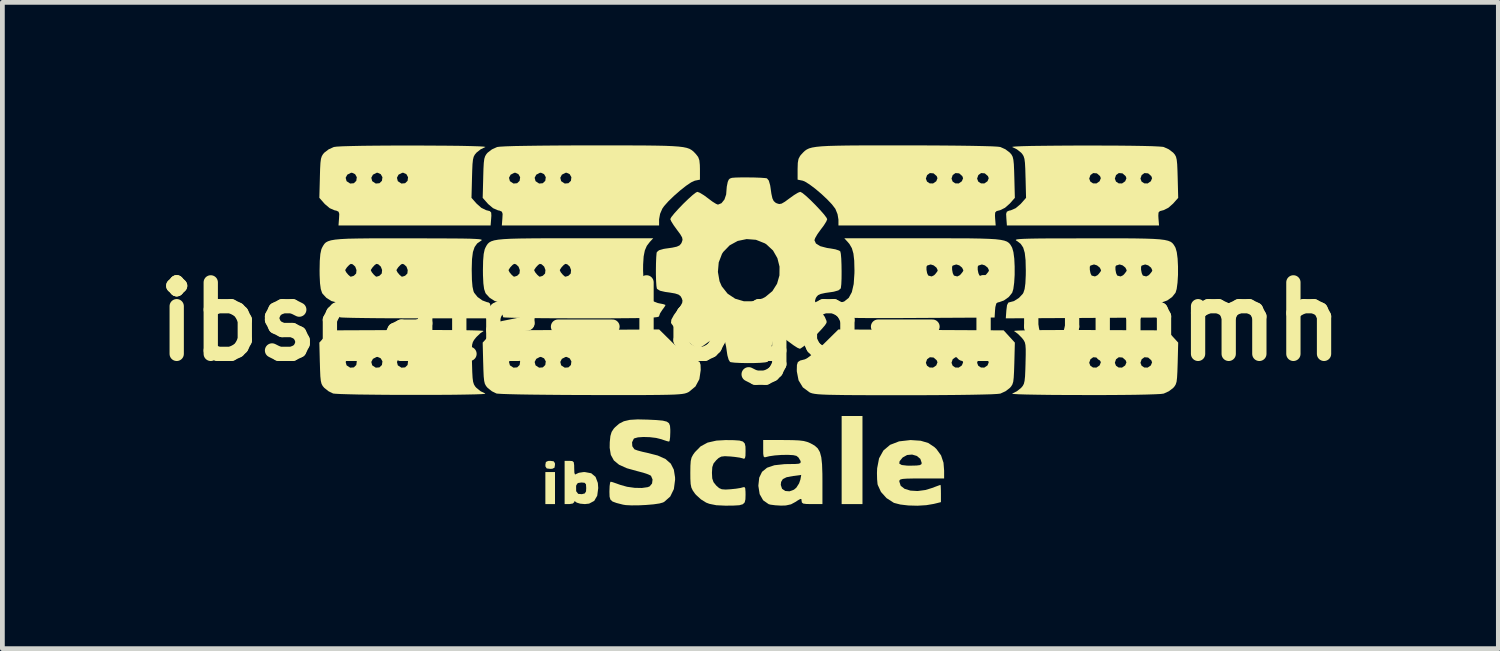
<source format=kicad_pcb>
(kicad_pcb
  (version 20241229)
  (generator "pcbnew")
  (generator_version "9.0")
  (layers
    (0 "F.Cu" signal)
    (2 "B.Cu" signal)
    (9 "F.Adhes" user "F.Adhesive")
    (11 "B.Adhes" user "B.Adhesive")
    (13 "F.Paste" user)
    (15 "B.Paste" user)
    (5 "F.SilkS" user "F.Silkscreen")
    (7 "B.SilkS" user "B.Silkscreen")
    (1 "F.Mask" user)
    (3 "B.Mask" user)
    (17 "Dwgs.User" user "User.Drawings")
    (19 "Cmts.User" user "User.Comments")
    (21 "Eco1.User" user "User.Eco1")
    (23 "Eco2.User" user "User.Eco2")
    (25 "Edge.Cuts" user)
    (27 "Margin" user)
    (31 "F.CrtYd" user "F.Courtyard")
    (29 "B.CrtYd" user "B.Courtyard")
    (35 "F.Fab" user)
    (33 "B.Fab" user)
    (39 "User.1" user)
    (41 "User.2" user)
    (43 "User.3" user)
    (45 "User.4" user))
  (footprint "ibscale-logo-10mmh"
    (layer "F.Cu")
    (at 12.693 3.696)
    (property "Reference" "ibscale-logo-10mmh" (at 0 0 0) (layer "F.SilkS") (effects (font (size 1.5 1.5) (thickness 0.3))))
    (attr board_only exclude_from_pos_files exclude_from_bom)
    (fp_poly (pts (xy -4.099 3.494) (xy -4.099 3.83) (xy -4.2 3.83) (xy -4.301 3.83) (xy -4.301 3.494) (xy -4.301 3.158) (xy -4.2 3.158) (xy -4.099 3.158)) (stroke (width 0) (type solid)) (fill yes) (layer "F.SilkS"))
    (fp_poly (pts (xy 2.352 2.906) (xy 2.352 3.83) (xy 2.133 3.83) (xy 1.915 3.83) (xy 1.915 2.906) (xy 1.915 1.982) (xy 2.133 1.982) (xy 2.352 1.982)) (stroke (width 0) (type solid)) (fill yes) (layer "F.SilkS"))
    (fp_poly (pts (xy -4.128 2.932) (xy -4.101 2.97) (xy -4.099 3.007) (xy -4.11 3.067) (xy -4.156 3.089) (xy -4.2 3.091) (xy -4.272 3.082) (xy -4.298 3.044) (xy -4.301 3.007) (xy -4.29 2.947) (xy -4.244 2.925) (xy -4.2 2.923)) (stroke (width 0) (type solid)) (fill yes) (layer "F.SilkS"))
    (fp_poly (pts (xy -3.736 2.927) (xy -3.706 2.951) (xy -3.697 3.013) (xy -3.696 3.081) (xy -3.692 3.174) (xy -3.679 3.21) (xy -3.655 3.199) (xy -3.598 3.173) (xy -3.505 3.159) (xy -3.473 3.158) (xy -3.339 3.183) (xy -3.248 3.259) (xy -3.2 3.386) (xy -3.192 3.494) (xy -3.213 3.654) (xy -3.276 3.763) (xy -3.383 3.82) (xy -3.473 3.83) (xy -3.571 3.821) (xy -3.643 3.799) (xy -3.655 3.79) (xy -3.689 3.766) (xy -3.696 3.79) (xy -3.725 3.818) (xy -3.796 3.83) (xy -3.797 3.83) (xy -3.897 3.83) (xy -3.897 3.455) (xy -3.656 3.455) (xy -3.655 3.56) (xy -3.613 3.615) (xy -3.536 3.622) (xy -3.474 3.606) (xy -3.448 3.564) (xy -3.444 3.494) (xy -3.449 3.415) (xy -3.478 3.383) (xy -3.545 3.377) (xy -3.62 3.388) (xy -3.652 3.433) (xy -3.656 3.455) (xy -3.897 3.455) (xy -3.897 3.377) (xy -3.897 2.923) (xy -3.797 2.923)) (stroke (width 0) (type solid)) (fill yes) (layer "F.SilkS"))
    (fp_poly (pts (xy -0.347 2.489) (xy -0.229 2.497) (xy -0.156 2.518) (xy -0.118 2.558) (xy -0.103 2.622) (xy -0.101 2.712) (xy -0.103 2.817) (xy -0.114 2.868) (xy -0.137 2.879) (xy -0.16 2.871) (xy -0.224 2.855) (xy -0.329 2.84) (xy -0.42 2.831) (xy -0.537 2.825) (xy -0.611 2.834) (xy -0.667 2.864) (xy -0.714 2.907) (xy -0.772 2.977) (xy -0.799 3.055) (xy -0.806 3.169) (xy -0.806 3.175) (xy -0.8 3.291) (xy -0.773 3.37) (xy -0.717 3.44) (xy -0.714 3.443) (xy -0.656 3.494) (xy -0.599 3.519) (xy -0.519 3.525) (xy -0.42 3.519) (xy -0.301 3.507) (xy -0.204 3.491) (xy -0.16 3.479) (xy -0.126 3.472) (xy -0.108 3.497) (xy -0.102 3.569) (xy -0.101 3.638) (xy -0.104 3.731) (xy -0.119 3.794) (xy -0.158 3.833) (xy -0.232 3.854) (xy -0.352 3.861) (xy -0.521 3.863) (xy -0.714 3.854) (xy -0.859 3.825) (xy -0.928 3.799) (xy -1.037 3.731) (xy -1.14 3.637) (xy -1.163 3.61) (xy -1.209 3.544) (xy -1.238 3.483) (xy -1.253 3.408) (xy -1.259 3.299) (xy -1.26 3.175) (xy -1.258 3.026) (xy -1.251 2.926) (xy -1.234 2.854) (xy -1.202 2.794) (xy -1.163 2.74) (xy -1.044 2.619) (xy -0.898 2.54) (xy -0.713 2.498) (xy -0.521 2.487)) (stroke (width 0) (type solid)) (fill yes) (layer "F.SilkS"))
    (fp_poly (pts (xy 3.574 2.501) (xy 3.732 2.548) (xy 3.861 2.634) (xy 3.904 2.675) (xy 4.001 2.809) (xy 4.052 2.962) (xy 4.065 3.127) (xy 4.065 3.293) (xy 3.595 3.293) (xy 3.409 3.293) (xy 3.279 3.296) (xy 3.196 3.302) (xy 3.15 3.313) (xy 3.129 3.33) (xy 3.125 3.355) (xy 3.125 3.357) (xy 3.154 3.446) (xy 3.236 3.51) (xy 3.358 3.547) (xy 3.508 3.556) (xy 3.675 3.534) (xy 3.805 3.494) (xy 3.902 3.458) (xy 3.97 3.433) (xy 3.99 3.427) (xy 3.994 3.457) (xy 3.997 3.536) (xy 3.998 3.608) (xy 3.998 3.789) (xy 3.849 3.826) (xy 3.689 3.853) (xy 3.504 3.864) (xy 3.315 3.859) (xy 3.146 3.839) (xy 3.017 3.806) (xy 3.006 3.801) (xy 2.856 3.704) (xy 2.74 3.575) (xy 2.673 3.429) (xy 2.668 3.409) (xy 2.659 3.31) (xy 2.656 3.179) (xy 2.66 3.078) (xy 2.679 2.98) (xy 3.124 2.98) (xy 3.175 3.01) (xy 3.287 3.023) (xy 3.36 3.024) (xy 3.485 3.021) (xy 3.557 3.012) (xy 3.589 2.992) (xy 3.595 2.968) (xy 3.566 2.881) (xy 3.493 2.82) (xy 3.394 2.791) (xy 3.289 2.8) (xy 3.197 2.851) (xy 3.192 2.856) (xy 3.131 2.93) (xy 3.124 2.98) (xy 2.679 2.98) (xy 2.7 2.87) (xy 2.791 2.706) (xy 2.931 2.587) (xy 3.12 2.514) (xy 3.356 2.487) (xy 3.369 2.487)) (stroke (width 0) (type solid)) (fill yes) (layer "F.SilkS"))
    (fp_poly (pts (xy 0.883 2.488) (xy 1.019 2.494) (xy 1.118 2.506) (xy 1.196 2.527) (xy 1.263 2.555) (xy 1.35 2.604) (xy 1.414 2.662) (xy 1.459 2.74) (xy 1.488 2.848) (xy 1.504 2.996) (xy 1.511 3.194) (xy 1.512 3.34) (xy 1.512 3.83) (xy 1.294 3.83) (xy 1.175 3.828) (xy 1.109 3.819) (xy 1.081 3.797) (xy 1.075 3.764) (xy 1.071 3.726) (xy 1.049 3.722) (xy 0.994 3.753) (xy 0.953 3.781) (xy 0.853 3.835) (xy 0.743 3.859) (xy 0.642 3.862) (xy 0.523 3.855) (xy 0.423 3.842) (xy 0.383 3.831) (xy 0.268 3.75) (xy 0.195 3.621) (xy 0.168 3.45) (xy 0.168 3.438) (xy 0.169 3.428) (xy 0.638 3.428) (xy 0.665 3.509) (xy 0.732 3.555) (xy 0.821 3.562) (xy 0.914 3.528) (xy 0.964 3.486) (xy 1.022 3.396) (xy 1.05 3.314) (xy 1.067 3.218) (xy 0.896 3.241) (xy 0.761 3.266) (xy 0.682 3.304) (xy 0.645 3.365) (xy 0.638 3.428) (xy 0.169 3.428) (xy 0.186 3.275) (xy 0.245 3.153) (xy 0.35 3.067) (xy 0.504 3.015) (xy 0.715 2.992) (xy 0.804 2.99) (xy 0.936 2.989) (xy 1.013 2.983) (xy 1.049 2.969) (xy 1.056 2.944) (xy 1.051 2.922) (xy 1.008 2.851) (xy 0.966 2.818) (xy 0.899 2.803) (xy 0.787 2.797) (xy 0.651 2.799) (xy 0.514 2.809) (xy 0.396 2.826) (xy 0.344 2.839) (xy 0.302 2.849) (xy 0.279 2.832) (xy 0.27 2.776) (xy 0.269 2.675) (xy 0.269 2.486) (xy 0.695 2.486)) (stroke (width 0) (type solid)) (fill yes) (layer "F.SilkS"))
    (fp_poly (pts (xy -2.154 2.058) (xy -1.967 2.067) (xy -1.838 2.079) (xy -1.754 2.1) (xy -1.707 2.134) (xy -1.686 2.188) (xy -1.68 2.268) (xy -1.68 2.322) (xy -1.684 2.427) (xy -1.694 2.499) (xy -1.705 2.519) (xy -1.75 2.509) (xy -1.832 2.482) (xy -1.865 2.47) (xy -1.976 2.442) (xy -2.11 2.426) (xy -2.244 2.422) (xy -2.359 2.43) (xy -2.435 2.451) (xy -2.446 2.459) (xy -2.482 2.533) (xy -2.477 2.616) (xy -2.435 2.678) (xy -2.427 2.683) (xy -2.364 2.706) (xy -2.259 2.734) (xy -2.167 2.754) (xy -1.944 2.811) (xy -1.781 2.884) (xy -1.67 2.981) (xy -1.606 3.107) (xy -1.58 3.269) (xy -1.579 3.318) (xy -1.605 3.515) (xy -1.681 3.671) (xy -1.805 3.781) (xy -1.832 3.796) (xy -1.907 3.817) (xy -2.03 3.835) (xy -2.182 3.848) (xy -2.343 3.856) (xy -2.494 3.857) (xy -2.616 3.851) (xy -2.671 3.842) (xy -2.808 3.807) (xy -2.892 3.776) (xy -2.936 3.736) (xy -2.954 3.675) (xy -2.957 3.58) (xy -2.957 3.559) (xy -2.953 3.453) (xy -2.943 3.381) (xy -2.931 3.36) (xy -2.888 3.371) (xy -2.804 3.4) (xy -2.729 3.427) (xy -2.586 3.467) (xy -2.428 3.489) (xy -2.276 3.492) (xy -2.155 3.475) (xy -2.114 3.459) (xy -2.063 3.399) (xy -2.052 3.315) (xy -2.083 3.241) (xy -2.094 3.23) (xy -2.148 3.205) (xy -2.246 3.172) (xy -2.367 3.14) (xy -2.368 3.14) (xy -2.591 3.078) (xy -2.754 3.005) (xy -2.864 2.914) (xy -2.928 2.797) (xy -2.952 2.648) (xy -2.95 2.532) (xy -2.937 2.403) (xy -2.911 2.316) (xy -2.865 2.246) (xy -2.84 2.219) (xy -2.753 2.143) (xy -2.654 2.092) (xy -2.53 2.063) (xy -2.366 2.053)) (stroke (width 0) (type solid)) (fill yes) (layer "F.SilkS"))
    (fp_poly (pts (xy 3.58 0.176) (xy 5.314 0.185) (xy 5.431 0.313) (xy 5.549 0.442) (xy 5.538 0.873) (xy 5.532 1.053) (xy 5.525 1.178) (xy 5.515 1.263) (xy 5.497 1.32) (xy 5.471 1.362) (xy 5.445 1.392) (xy 5.354 1.462) (xy 5.247 1.511) (xy 5.244 1.512) (xy 5.183 1.519) (xy 5.06 1.526) (xy 4.878 1.531) (xy 4.642 1.536) (xy 4.355 1.54) (xy 4.022 1.543) (xy 3.648 1.545) (xy 3.242 1.545) (xy 2.836 1.545) (xy 2.492 1.545) (xy 2.204 1.544) (xy 1.967 1.542) (xy 1.775 1.539) (xy 1.622 1.536) (xy 1.505 1.531) (xy 1.416 1.525) (xy 1.35 1.517) (xy 1.302 1.508) (xy 1.267 1.497) (xy 1.244 1.487) (xy 1.101 1.381) (xy 1.011 1.233) (xy 0.975 1.048) (xy 0.974 1.019) (xy 0.977 0.911) (xy 0.992 0.865) (xy 3.682 0.865) (xy 3.706 0.927) (xy 3.762 0.965) (xy 3.833 0.966) (xy 3.9 0.921) (xy 3.922 0.865) (xy 4.22 0.865) (xy 4.244 0.927) (xy 4.3 0.965) (xy 4.371 0.966) (xy 4.437 0.921) (xy 4.46 0.865) (xy 4.757 0.865) (xy 4.781 0.927) (xy 4.838 0.965) (xy 4.908 0.966) (xy 4.975 0.921) (xy 5.001 0.856) (xy 4.984 0.812) (xy 4.918 0.755) (xy 4.841 0.749) (xy 4.783 0.791) (xy 4.757 0.865) (xy 4.46 0.865) (xy 4.463 0.856) (xy 4.446 0.812) (xy 4.38 0.755) (xy 4.303 0.749) (xy 4.245 0.791) (xy 4.22 0.865) (xy 3.922 0.865) (xy 3.926 0.856) (xy 3.909 0.812) (xy 3.843 0.755) (xy 3.766 0.749) (xy 3.708 0.791) (xy 3.682 0.865) (xy 0.992 0.865) (xy 0.996 0.851) (xy 1.045 0.818) (xy 1.14 0.794) (xy 1.144 0.793) (xy 1.2 0.763) (xy 1.29 0.695) (xy 1.403 0.598) (xy 1.526 0.482) (xy 1.538 0.471) (xy 1.847 0.166)) (stroke (width 0) (type solid)) (fill yes) (layer "F.SilkS"))
    (fp_poly (pts (xy -1.605 0.471) (xy -1.481 0.588) (xy -1.367 0.687) (xy -1.274 0.758) (xy -1.214 0.793) (xy -1.211 0.793) (xy -1.115 0.818) (xy -1.064 0.849) (xy -1.045 0.908) (xy -1.042 1.014) (xy -1.042 1.019) (xy -1.07 1.209) (xy -1.152 1.362) (xy -1.287 1.474) (xy -1.311 1.487) (xy -1.34 1.499) (xy -1.377 1.51) (xy -1.428 1.519) (xy -1.497 1.526) (xy -1.59 1.532) (xy -1.713 1.536) (xy -1.872 1.539) (xy -2.07 1.541) (xy -2.315 1.543) (xy -2.612 1.543) (xy -2.965 1.543) (xy -3.326 1.542) (xy -3.68 1.541) (xy -4.016 1.539) (xy -4.328 1.536) (xy -4.609 1.533) (xy -4.853 1.529) (xy -5.054 1.524) (xy -5.204 1.519) (xy -5.299 1.513) (xy -5.327 1.51) (xy -5.423 1.463) (xy -5.511 1.393) (xy -5.512 1.392) (xy -5.546 1.352) (xy -5.57 1.307) (xy -5.585 1.245) (xy -5.595 1.151) (xy -5.601 1.014) (xy -5.605 0.873) (xy -5.606 0.848) (xy -5.064 0.848) (xy -5.045 0.918) (xy -5.042 0.921) (xy -4.969 0.968) (xy -4.893 0.962) (xy -4.841 0.912) (xy -4.832 0.848) (xy -4.526 0.848) (xy -4.507 0.918) (xy -4.504 0.921) (xy -4.432 0.968) (xy -4.355 0.962) (xy -4.303 0.912) (xy -4.294 0.848) (xy -3.988 0.848) (xy -3.97 0.918) (xy -3.967 0.921) (xy -3.894 0.968) (xy -3.817 0.962) (xy -3.765 0.912) (xy -3.755 0.836) (xy -3.791 0.772) (xy -3.856 0.742) (xy -3.879 0.744) (xy -3.955 0.783) (xy -3.988 0.848) (xy -4.294 0.848) (xy -4.292 0.836) (xy -4.328 0.772) (xy -4.393 0.742) (xy -4.417 0.744) (xy -4.492 0.783) (xy -4.526 0.848) (xy -4.832 0.848) (xy -4.83 0.836) (xy -4.866 0.772) (xy -4.931 0.742) (xy -4.954 0.744) (xy -5.03 0.783) (xy -5.064 0.848) (xy -5.606 0.848) (xy -5.616 0.442) (xy -5.498 0.313) (xy -5.381 0.185) (xy -3.647 0.176) (xy -1.914 0.166)) (stroke (width 0) (type solid)) (fill yes) (layer "F.SilkS"))
    (fp_poly (pts (xy 7.1 0.178) (xy 8.741 0.185) (xy 8.858 0.313) (xy 8.976 0.442) (xy 8.965 0.873) (xy 8.959 1.053) (xy 8.952 1.178) (xy 8.942 1.263) (xy 8.924 1.32) (xy 8.898 1.362) (xy 8.872 1.392) (xy 8.781 1.462) (xy 8.674 1.511) (xy 8.671 1.512) (xy 8.608 1.52) (xy 8.484 1.526) (xy 8.302 1.532) (xy 8.068 1.537) (xy 7.786 1.54) (xy 7.462 1.542) (xy 7.101 1.542) (xy 6.972 1.542) (xy 6.601 1.541) (xy 6.279 1.539) (xy 6.007 1.535) (xy 5.79 1.531) (xy 5.629 1.526) (xy 5.528 1.52) (xy 5.49 1.513) (xy 5.495 1.51) (xy 5.591 1.463) (xy 5.679 1.393) (xy 5.68 1.392) (xy 5.714 1.352) (xy 5.738 1.307) (xy 5.753 1.244) (xy 5.763 1.15) (xy 5.769 1.012) (xy 5.773 0.877) (xy 5.773 0.865) (xy 7.109 0.865) (xy 7.133 0.927) (xy 7.189 0.965) (xy 7.26 0.966) (xy 7.327 0.921) (xy 7.349 0.865) (xy 7.647 0.865) (xy 7.671 0.927) (xy 7.727 0.965) (xy 7.798 0.966) (xy 7.864 0.921) (xy 7.887 0.865) (xy 8.184 0.865) (xy 8.208 0.927) (xy 8.265 0.965) (xy 8.335 0.966) (xy 8.402 0.921) (xy 8.428 0.856) (xy 8.411 0.812) (xy 8.345 0.755) (xy 8.268 0.749) (xy 8.21 0.791) (xy 8.184 0.865) (xy 7.887 0.865) (xy 7.89 0.856) (xy 7.873 0.812) (xy 7.807 0.755) (xy 7.73 0.749) (xy 7.672 0.791) (xy 7.647 0.865) (xy 7.349 0.865) (xy 7.353 0.856) (xy 7.336 0.812) (xy 7.27 0.755) (xy 7.193 0.749) (xy 7.135 0.791) (xy 7.109 0.865) (xy 5.773 0.865) (xy 5.777 0.7) (xy 5.777 0.577) (xy 5.771 0.493) (xy 5.758 0.436) (xy 5.734 0.391) (xy 5.698 0.345) (xy 5.692 0.338) (xy 5.617 0.262) (xy 5.545 0.208) (xy 5.53 0.2) (xy 5.547 0.194) (xy 5.627 0.189) (xy 5.763 0.185) (xy 5.95 0.181) (xy 6.183 0.179) (xy 6.457 0.178) (xy 6.766 0.177)) (stroke (width 0) (type solid)) (fill yes) (layer "F.SilkS"))
    (fp_poly (pts (xy 7.344 -3.692) (xy 7.681 -3.691) (xy 7.978 -3.688) (xy 8.229 -3.684) (xy 8.429 -3.679) (xy 8.573 -3.672) (xy 8.657 -3.665) (xy 8.671 -3.662) (xy 8.778 -3.614) (xy 8.87 -3.544) (xy 8.872 -3.542) (xy 8.906 -3.502) (xy 8.93 -3.457) (xy 8.945 -3.394) (xy 8.955 -3.299) (xy 8.961 -3.161) (xy 8.965 -3.025) (xy 8.976 -2.595) (xy 8.87 -2.475) (xy 8.769 -2.386) (xy 8.667 -2.336) (xy 8.657 -2.334) (xy 8.592 -2.317) (xy 8.563 -2.287) (xy 8.559 -2.221) (xy 8.562 -2.165) (xy 8.574 -2.016) (xy 6.978 -2.016) (xy 5.382 -2.016) (xy 5.371 -2.165) (xy 5.366 -2.258) (xy 5.381 -2.304) (xy 5.426 -2.326) (xy 5.465 -2.334) (xy 5.566 -2.378) (xy 5.668 -2.464) (xy 5.678 -2.475) (xy 5.784 -2.595) (xy 5.774 -2.999) (xy 7.109 -2.999) (xy 7.133 -2.936) (xy 7.189 -2.899) (xy 7.26 -2.897) (xy 7.327 -2.943) (xy 7.349 -2.999) (xy 7.647 -2.999) (xy 7.671 -2.936) (xy 7.727 -2.899) (xy 7.798 -2.897) (xy 7.864 -2.943) (xy 7.887 -2.999) (xy 8.184 -2.999) (xy 8.208 -2.936) (xy 8.265 -2.899) (xy 8.335 -2.897) (xy 8.402 -2.943) (xy 8.428 -3.007) (xy 8.411 -3.052) (xy 8.345 -3.109) (xy 8.268 -3.115) (xy 8.21 -3.073) (xy 8.184 -2.999) (xy 7.887 -2.999) (xy 7.89 -3.007) (xy 7.873 -3.052) (xy 7.807 -3.109) (xy 7.73 -3.115) (xy 7.672 -3.073) (xy 7.647 -2.999) (xy 7.349 -2.999) (xy 7.353 -3.007) (xy 7.336 -3.052) (xy 7.27 -3.109) (xy 7.193 -3.115) (xy 7.135 -3.073) (xy 7.109 -2.999) (xy 5.774 -2.999) (xy 5.773 -3.025) (xy 5.768 -3.204) (xy 5.761 -3.329) (xy 5.75 -3.413) (xy 5.732 -3.47) (xy 5.706 -3.513) (xy 5.68 -3.543) (xy 5.592 -3.613) (xy 5.496 -3.66) (xy 5.495 -3.66) (xy 5.503 -3.667) (xy 5.574 -3.673) (xy 5.707 -3.679) (xy 5.899 -3.684) (xy 6.145 -3.687) (xy 6.444 -3.69) (xy 6.793 -3.692) (xy 6.972 -3.693)) (stroke (width 0) (type solid)) (fill yes) (layer "F.SilkS"))
    (fp_poly (pts (xy -7.039 -3.693) (xy -6.668 -3.691) (xy -6.346 -3.689) (xy -6.074 -3.686) (xy -5.857 -3.681) (xy -5.696 -3.676) (xy -5.596 -3.67) (xy -5.558 -3.663) (xy -5.562 -3.66) (xy -5.659 -3.613) (xy -5.747 -3.543) (xy -5.747 -3.543) (xy -5.781 -3.502) (xy -5.805 -3.457) (xy -5.82 -3.395) (xy -5.83 -3.301) (xy -5.836 -3.163) (xy -5.84 -3.025) (xy -5.851 -2.595) (xy -5.745 -2.475) (xy -5.645 -2.386) (xy -5.543 -2.336) (xy -5.533 -2.334) (xy -5.467 -2.317) (xy -5.438 -2.287) (xy -5.434 -2.221) (xy -5.438 -2.165) (xy -5.45 -2.016) (xy -7.046 -2.016) (xy -8.641 -2.016) (xy -8.63 -2.165) (xy -8.625 -2.258) (xy -8.64 -2.304) (xy -8.685 -2.326) (xy -8.724 -2.334) (xy -8.825 -2.378) (xy -8.927 -2.464) (xy -8.937 -2.475) (xy -9.043 -2.595) (xy -9.032 -3.016) (xy -8.491 -3.016) (xy -8.472 -2.946) (xy -8.469 -2.943) (xy -8.396 -2.895) (xy -8.319 -2.902) (xy -8.268 -2.952) (xy -8.259 -3.016) (xy -7.953 -3.016) (xy -7.934 -2.946) (xy -7.931 -2.943) (xy -7.859 -2.895) (xy -7.782 -2.902) (xy -7.73 -2.952) (xy -7.721 -3.016) (xy -7.415 -3.016) (xy -7.397 -2.946) (xy -7.394 -2.943) (xy -7.321 -2.895) (xy -7.244 -2.902) (xy -7.192 -2.952) (xy -7.182 -3.028) (xy -7.217 -3.092) (xy -7.283 -3.122) (xy -7.306 -3.12) (xy -7.382 -3.081) (xy -7.415 -3.016) (xy -7.721 -3.016) (xy -7.719 -3.028) (xy -7.755 -3.092) (xy -7.82 -3.122) (xy -7.844 -3.12) (xy -7.919 -3.081) (xy -7.953 -3.016) (xy -8.259 -3.016) (xy -8.257 -3.028) (xy -8.293 -3.092) (xy -8.358 -3.122) (xy -8.381 -3.12) (xy -8.457 -3.081) (xy -8.491 -3.016) (xy -9.032 -3.016) (xy -9.032 -3.025) (xy -9.027 -3.204) (xy -9.02 -3.329) (xy -9.009 -3.414) (xy -8.991 -3.47) (xy -8.965 -3.513) (xy -8.94 -3.542) (xy -8.849 -3.612) (xy -8.741 -3.661) (xy -8.738 -3.662) (xy -8.676 -3.67) (xy -8.551 -3.677) (xy -8.369 -3.682) (xy -8.135 -3.687) (xy -7.853 -3.69) (xy -7.53 -3.692) (xy -7.168 -3.693)) (stroke (width 0) (type solid)) (fill yes) (layer "F.SilkS"))
    (fp_poly (pts (xy -6.521 0.178) (xy -6.247 0.179) (xy -6.015 0.181) (xy -5.828 0.185) (xy -5.693 0.189) (xy -5.614 0.194) (xy -5.597 0.2) (xy -5.663 0.244) (xy -5.74 0.317) (xy -5.759 0.338) (xy -5.797 0.386) (xy -5.822 0.43) (xy -5.837 0.484) (xy -5.844 0.563) (xy -5.845 0.68) (xy -5.841 0.849) (xy -5.84 0.877) (xy -5.835 1.055) (xy -5.828 1.18) (xy -5.817 1.264) (xy -5.799 1.32) (xy -5.773 1.363) (xy -5.747 1.392) (xy -5.659 1.463) (xy -5.563 1.509) (xy -5.562 1.51) (xy -5.57 1.517) (xy -5.642 1.523) (xy -5.775 1.528) (xy -5.966 1.532) (xy -6.211 1.536) (xy -6.508 1.538) (xy -6.853 1.539) (xy -7.056 1.539) (xy -7.38 1.539) (xy -7.687 1.537) (xy -7.969 1.534) (xy -8.219 1.531) (xy -8.429 1.526) (xy -8.594 1.521) (xy -8.705 1.515) (xy -8.754 1.51) (xy -8.85 1.463) (xy -8.938 1.393) (xy -8.939 1.392) (xy -8.973 1.352) (xy -8.997 1.307) (xy -9.012 1.245) (xy -9.022 1.151) (xy -9.028 1.014) (xy -9.032 0.873) (xy -9.033 0.848) (xy -8.491 0.848) (xy -8.472 0.918) (xy -8.469 0.921) (xy -8.396 0.968) (xy -8.319 0.962) (xy -8.268 0.912) (xy -8.259 0.848) (xy -7.953 0.848) (xy -7.934 0.918) (xy -7.931 0.921) (xy -7.859 0.968) (xy -7.782 0.962) (xy -7.73 0.912) (xy -7.721 0.848) (xy -7.415 0.848) (xy -7.397 0.918) (xy -7.394 0.921) (xy -7.321 0.968) (xy -7.244 0.962) (xy -7.192 0.912) (xy -7.182 0.836) (xy -7.217 0.772) (xy -7.283 0.742) (xy -7.306 0.744) (xy -7.382 0.783) (xy -7.415 0.848) (xy -7.721 0.848) (xy -7.719 0.836) (xy -7.755 0.772) (xy -7.82 0.742) (xy -7.844 0.744) (xy -7.919 0.783) (xy -7.953 0.848) (xy -8.259 0.848) (xy -8.257 0.836) (xy -8.293 0.772) (xy -8.358 0.742) (xy -8.381 0.744) (xy -8.457 0.783) (xy -8.491 0.848) (xy -9.033 0.848) (xy -9.043 0.442) (xy -8.925 0.313) (xy -8.808 0.185) (xy -7.167 0.178) (xy -6.829 0.177)) (stroke (width 0) (type solid)) (fill yes) (layer "F.SilkS"))
    (fp_poly (pts (xy 3.25 -3.696) (xy 3.66 -3.695) (xy 4.033 -3.693) (xy 4.364 -3.69) (xy 4.649 -3.686) (xy 4.884 -3.681) (xy 5.065 -3.676) (xy 5.186 -3.669) (xy 5.244 -3.662) (xy 5.351 -3.614) (xy 5.443 -3.544) (xy 5.445 -3.542) (xy 5.479 -3.502) (xy 5.503 -3.457) (xy 5.518 -3.394) (xy 5.528 -3.299) (xy 5.534 -3.161) (xy 5.538 -3.025) (xy 5.549 -2.595) (xy 5.443 -2.475) (xy 5.342 -2.386) (xy 5.24 -2.336) (xy 5.23 -2.334) (xy 5.165 -2.317) (xy 5.136 -2.287) (xy 5.132 -2.221) (xy 5.135 -2.165) (xy 5.147 -2.016) (xy 3.498 -2.016) (xy 1.848 -2.016) (xy 1.848 -2.138) (xy 1.829 -2.252) (xy 1.784 -2.363) (xy 1.78 -2.369) (xy 1.711 -2.459) (xy 1.608 -2.567) (xy 1.486 -2.681) (xy 1.358 -2.789) (xy 1.239 -2.878) (xy 1.142 -2.938) (xy 1.099 -2.955) (xy 0.991 -2.977) (xy 0.991 -2.999) (xy 3.682 -2.999) (xy 3.706 -2.936) (xy 3.762 -2.899) (xy 3.833 -2.897) (xy 3.9 -2.943) (xy 3.922 -2.999) (xy 4.22 -2.999) (xy 4.244 -2.936) (xy 4.3 -2.899) (xy 4.371 -2.897) (xy 4.437 -2.943) (xy 4.46 -2.999) (xy 4.757 -2.999) (xy 4.781 -2.936) (xy 4.838 -2.899) (xy 4.908 -2.897) (xy 4.975 -2.943) (xy 5.001 -3.007) (xy 4.984 -3.052) (xy 4.918 -3.109) (xy 4.841 -3.115) (xy 4.783 -3.073) (xy 4.757 -2.999) (xy 4.46 -2.999) (xy 4.463 -3.007) (xy 4.446 -3.052) (xy 4.38 -3.109) (xy 4.303 -3.115) (xy 4.245 -3.073) (xy 4.22 -2.999) (xy 3.922 -2.999) (xy 3.926 -3.007) (xy 3.909 -3.052) (xy 3.843 -3.109) (xy 3.766 -3.115) (xy 3.708 -3.073) (xy 3.682 -2.999) (xy 0.991 -2.999) (xy 0.991 -3.199) (xy 0.995 -3.328) (xy 1.01 -3.412) (xy 1.043 -3.475) (xy 1.075 -3.513) (xy 1.111 -3.551) (xy 1.145 -3.583) (xy 1.184 -3.61) (xy 1.233 -3.633) (xy 1.298 -3.651) (xy 1.383 -3.665) (xy 1.494 -3.676) (xy 1.637 -3.684) (xy 1.817 -3.689) (xy 2.04 -3.693) (xy 2.31 -3.695) (xy 2.634 -3.695) (xy 3.017 -3.696)) (stroke (width 0) (type solid)) (fill yes) (layer "F.SilkS"))
    (fp_poly (pts (xy -2.9 -3.696) (xy -2.545 -3.695) (xy -2.246 -3.694) (xy -1.999 -3.691) (xy -1.796 -3.687) (xy -1.634 -3.68) (xy -1.506 -3.671) (xy -1.408 -3.659) (xy -1.333 -3.643) (xy -1.276 -3.623) (xy -1.233 -3.598) (xy -1.196 -3.569) (xy -1.162 -3.534) (xy -1.142 -3.513) (xy -1.095 -3.452) (xy -1.07 -3.383) (xy -1.06 -3.284) (xy -1.058 -3.199) (xy -1.058 -2.977) (xy -1.166 -2.955) (xy -1.242 -2.92) (xy -1.349 -2.848) (xy -1.473 -2.75) (xy -1.6 -2.639) (xy -1.717 -2.526) (xy -1.809 -2.423) (xy -1.847 -2.369) (xy -1.894 -2.26) (xy -1.915 -2.145) (xy -1.915 -2.138) (xy -1.915 -2.016) (xy -3.565 -2.016) (xy -5.214 -2.016) (xy -5.203 -2.165) (xy -5.198 -2.258) (xy -5.213 -2.304) (xy -5.258 -2.326) (xy -5.297 -2.334) (xy -5.398 -2.378) (xy -5.5 -2.464) (xy -5.51 -2.475) (xy -5.616 -2.595) (xy -5.605 -3.016) (xy -5.064 -3.016) (xy -5.045 -2.946) (xy -5.042 -2.943) (xy -4.969 -2.895) (xy -4.893 -2.902) (xy -4.841 -2.952) (xy -4.832 -3.016) (xy -4.526 -3.016) (xy -4.507 -2.946) (xy -4.504 -2.943) (xy -4.432 -2.895) (xy -4.355 -2.902) (xy -4.303 -2.952) (xy -4.294 -3.016) (xy -3.988 -3.016) (xy -3.97 -2.946) (xy -3.967 -2.943) (xy -3.894 -2.895) (xy -3.817 -2.902) (xy -3.765 -2.952) (xy -3.755 -3.028) (xy -3.791 -3.092) (xy -3.856 -3.122) (xy -3.879 -3.12) (xy -3.955 -3.081) (xy -3.988 -3.016) (xy -4.294 -3.016) (xy -4.292 -3.028) (xy -4.328 -3.092) (xy -4.393 -3.122) (xy -4.417 -3.12) (xy -4.492 -3.081) (xy -4.526 -3.016) (xy -4.832 -3.016) (xy -4.83 -3.028) (xy -4.866 -3.092) (xy -4.931 -3.122) (xy -4.954 -3.12) (xy -5.03 -3.081) (xy -5.064 -3.016) (xy -5.605 -3.016) (xy -5.605 -3.025) (xy -5.6 -3.204) (xy -5.593 -3.329) (xy -5.582 -3.414) (xy -5.564 -3.47) (xy -5.538 -3.513) (xy -5.513 -3.542) (xy -5.422 -3.612) (xy -5.314 -3.661) (xy -5.311 -3.662) (xy -5.251 -3.669) (xy -5.127 -3.676) (xy -4.946 -3.682) (xy -4.709 -3.686) (xy -4.423 -3.69) (xy -4.09 -3.693) (xy -3.716 -3.695) (xy -3.317 -3.696)) (stroke (width 0) (type solid)) (fill yes) (layer "F.SilkS"))
    (fp_poly (pts (xy 7.792 -1.746) (xy 8.06 -1.744) (xy 8.278 -1.74) (xy 8.451 -1.734) (xy 8.586 -1.725) (xy 8.689 -1.712) (xy 8.764 -1.695) (xy 8.818 -1.673) (xy 8.855 -1.645) (xy 8.883 -1.611) (xy 8.907 -1.571) (xy 8.92 -1.547) (xy 8.946 -1.456) (xy 8.964 -1.319) (xy 8.972 -1.154) (xy 8.972 -0.979) (xy 8.962 -0.816) (xy 8.944 -0.682) (xy 8.92 -0.604) (xy 8.848 -0.514) (xy 8.746 -0.442) (xy 8.643 -0.405) (xy 8.621 -0.403) (xy 8.587 -0.38) (xy 8.567 -0.305) (xy 8.561 -0.244) (xy 8.551 -0.084) (xy 6.955 -0.075) (xy 5.359 -0.067) (xy 5.371 -0.235) (xy 5.385 -0.345) (xy 5.412 -0.397) (xy 5.431 -0.403) (xy 5.53 -0.429) (xy 5.634 -0.495) (xy 5.715 -0.581) (xy 5.728 -0.604) (xy 5.754 -0.682) (xy 5.77 -0.802) (xy 5.778 -0.973) (xy 5.779 -1.075) (xy 5.777 -1.149) (xy 7.121 -1.149) (xy 7.122 -1.086) (xy 7.135 -1.016) (xy 7.157 -0.969) (xy 7.165 -0.963) (xy 7.23 -0.946) (xy 7.28 -0.97) (xy 7.305 -0.994) (xy 7.347 -1.048) (xy 7.358 -1.075) (xy 7.332 -1.13) (xy 7.309 -1.149) (xy 7.659 -1.149) (xy 7.66 -1.086) (xy 7.673 -1.016) (xy 7.695 -0.969) (xy 7.702 -0.963) (xy 7.768 -0.946) (xy 7.818 -0.97) (xy 7.843 -0.994) (xy 7.885 -1.048) (xy 7.896 -1.075) (xy 7.869 -1.13) (xy 7.847 -1.149) (xy 8.197 -1.149) (xy 8.197 -1.086) (xy 8.211 -1.016) (xy 8.232 -0.969) (xy 8.24 -0.963) (xy 8.305 -0.946) (xy 8.355 -0.97) (xy 8.38 -0.994) (xy 8.423 -1.048) (xy 8.433 -1.075) (xy 8.407 -1.13) (xy 8.348 -1.178) (xy 8.287 -1.197) (xy 8.275 -1.195) (xy 8.223 -1.178) (xy 8.212 -1.176) (xy 8.197 -1.149) (xy 7.847 -1.149) (xy 7.811 -1.178) (xy 7.75 -1.197) (xy 7.737 -1.195) (xy 7.686 -1.178) (xy 7.674 -1.176) (xy 7.659 -1.149) (xy 7.309 -1.149) (xy 7.273 -1.178) (xy 7.212 -1.197) (xy 7.2 -1.195) (xy 7.148 -1.178) (xy 7.137 -1.176) (xy 7.121 -1.149) (xy 5.777 -1.149) (xy 5.774 -1.285) (xy 5.757 -1.44) (xy 5.724 -1.552) (xy 5.672 -1.63) (xy 5.597 -1.688) (xy 5.585 -1.694) (xy 5.569 -1.706) (xy 5.571 -1.716) (xy 5.595 -1.724) (xy 5.647 -1.73) (xy 5.733 -1.735) (xy 5.856 -1.739) (xy 6.023 -1.742) (xy 6.239 -1.744) (xy 6.508 -1.745) (xy 6.835 -1.745) (xy 7.082 -1.746) (xy 7.468 -1.746)) (stroke (width 0) (type solid)) (fill yes) (layer "F.SilkS"))
    (fp_poly (pts (xy 3.999 -1.747) (xy 4.328 -1.746) (xy 4.602 -1.745) (xy 4.825 -1.741) (xy 5.003 -1.735) (xy 5.143 -1.727) (xy 5.249 -1.714) (xy 5.327 -1.698) (xy 5.384 -1.677) (xy 5.423 -1.65) (xy 5.452 -1.618) (xy 5.476 -1.579) (xy 5.493 -1.547) (xy 5.519 -1.456) (xy 5.537 -1.319) (xy 5.545 -1.154) (xy 5.545 -0.979) (xy 5.535 -0.816) (xy 5.517 -0.682) (xy 5.493 -0.604) (xy 5.421 -0.514) (xy 5.319 -0.442) (xy 5.216 -0.405) (xy 5.194 -0.403) (xy 5.16 -0.38) (xy 5.14 -0.305) (xy 5.134 -0.244) (xy 5.124 -0.084) (xy 3.486 -0.075) (xy 3.104 -0.073) (xy 2.785 -0.073) (xy 2.522 -0.073) (xy 2.312 -0.074) (xy 2.148 -0.077) (xy 2.025 -0.081) (xy 1.939 -0.087) (xy 1.884 -0.094) (xy 1.856 -0.103) (xy 1.848 -0.113) (xy 1.828 -0.17) (xy 1.781 -0.243) (xy 1.781 -0.244) (xy 1.734 -0.308) (xy 1.714 -0.344) (xy 1.713 -0.345) (xy 1.743 -0.36) (xy 1.816 -0.377) (xy 1.841 -0.381) (xy 1.969 -0.421) (xy 2.064 -0.497) (xy 2.129 -0.617) (xy 2.168 -0.787) (xy 2.183 -1.013) (xy 2.184 -1.075) (xy 2.182 -1.149) (xy 3.695 -1.149) (xy 3.695 -1.086) (xy 3.708 -1.016) (xy 3.73 -0.969) (xy 3.738 -0.963) (xy 3.803 -0.946) (xy 3.853 -0.97) (xy 3.878 -0.994) (xy 3.92 -1.048) (xy 3.931 -1.075) (xy 3.905 -1.13) (xy 3.882 -1.149) (xy 4.232 -1.149) (xy 4.233 -1.086) (xy 4.246 -1.016) (xy 4.268 -0.969) (xy 4.275 -0.963) (xy 4.341 -0.946) (xy 4.391 -0.97) (xy 4.416 -0.994) (xy 4.458 -1.048) (xy 4.469 -1.075) (xy 4.442 -1.13) (xy 4.42 -1.149) (xy 4.77 -1.149) (xy 4.77 -1.086) (xy 4.784 -1.016) (xy 4.805 -0.969) (xy 4.813 -0.963) (xy 4.878 -0.946) (xy 4.928 -0.97) (xy 4.953 -0.994) (xy 4.996 -1.048) (xy 5.006 -1.075) (xy 4.98 -1.13) (xy 4.921 -1.178) (xy 4.86 -1.197) (xy 4.848 -1.195) (xy 4.796 -1.178) (xy 4.785 -1.176) (xy 4.77 -1.149) (xy 4.42 -1.149) (xy 4.384 -1.178) (xy 4.323 -1.197) (xy 4.31 -1.195) (xy 4.259 -1.178) (xy 4.247 -1.176) (xy 4.232 -1.149) (xy 3.882 -1.149) (xy 3.846 -1.178) (xy 3.785 -1.197) (xy 3.773 -1.195) (xy 3.721 -1.178) (xy 3.71 -1.176) (xy 3.695 -1.149) (xy 2.182 -1.149) (xy 2.179 -1.277) (xy 2.162 -1.426) (xy 2.13 -1.538) (xy 2.079 -1.626) (xy 2.041 -1.671) (xy 1.971 -1.747) (xy 3.608 -1.747)) (stroke (width 0) (type solid)) (fill yes) (layer "F.SilkS"))
    (fp_poly (pts (xy -7.15 -1.746) (xy -6.781 -1.745) (xy -6.474 -1.744) (xy -6.225 -1.743) (xy -6.027 -1.741) (xy -5.876 -1.738) (xy -5.766 -1.733) (xy -5.693 -1.728) (xy -5.651 -1.721) (xy -5.635 -1.713) (xy -5.64 -1.702) (xy -5.652 -1.694) (xy -5.731 -1.639) (xy -5.785 -1.564) (xy -5.821 -1.458) (xy -5.84 -1.31) (xy -5.846 -1.108) (xy -5.846 -1.075) (xy -5.842 -0.876) (xy -5.83 -0.733) (xy -5.809 -0.636) (xy -5.795 -0.604) (xy -5.724 -0.515) (xy -5.623 -0.443) (xy -5.521 -0.405) (xy -5.498 -0.403) (xy -5.464 -0.379) (xy -5.444 -0.3) (xy -5.438 -0.235) (xy -5.426 -0.067) (xy -7.008 -0.067) (xy -7.328 -0.068) (xy -7.627 -0.069) (xy -7.898 -0.071) (xy -8.136 -0.074) (xy -8.333 -0.077) (xy -8.482 -0.081) (xy -8.578 -0.085) (xy -8.612 -0.09) (xy -8.626 -0.134) (xy -8.634 -0.22) (xy -8.635 -0.258) (xy -8.641 -0.354) (xy -8.665 -0.397) (xy -8.687 -0.403) (xy -8.789 -0.43) (xy -8.894 -0.496) (xy -8.976 -0.584) (xy -8.987 -0.604) (xy -9.013 -0.682) (xy -9.029 -0.802) (xy -9.037 -0.973) (xy -9.038 -1.075) (xy -8.5 -1.075) (xy -8.48 -1.034) (xy -8.436 -0.981) (xy -8.393 -0.944) (xy -8.383 -0.941) (xy -8.346 -0.951) (xy -8.318 -0.961) (xy -8.271 -1.008) (xy -8.264 -1.075) (xy -7.963 -1.075) (xy -7.942 -1.034) (xy -7.898 -0.981) (xy -7.856 -0.944) (xy -7.845 -0.941) (xy -7.808 -0.951) (xy -7.781 -0.961) (xy -7.734 -1.008) (xy -7.727 -1.075) (xy -7.425 -1.075) (xy -7.405 -1.034) (xy -7.361 -0.981) (xy -7.318 -0.944) (xy -7.308 -0.941) (xy -7.271 -0.951) (xy -7.243 -0.961) (xy -7.196 -1.008) (xy -7.189 -1.08) (xy -7.215 -1.152) (xy -7.269 -1.201) (xy -7.308 -1.21) (xy -7.343 -1.186) (xy -7.39 -1.136) (xy -7.422 -1.087) (xy -7.425 -1.075) (xy -7.727 -1.075) (xy -7.726 -1.08) (xy -7.753 -1.152) (xy -7.807 -1.201) (xy -7.845 -1.21) (xy -7.881 -1.186) (xy -7.927 -1.136) (xy -7.96 -1.087) (xy -7.963 -1.075) (xy -8.264 -1.075) (xy -8.264 -1.08) (xy -8.29 -1.152) (xy -8.344 -1.201) (xy -8.383 -1.21) (xy -8.418 -1.186) (xy -8.465 -1.136) (xy -8.497 -1.087) (xy -8.5 -1.075) (xy -9.038 -1.075) (xy -9.034 -1.274) (xy -9.022 -1.417) (xy -9.001 -1.514) (xy -8.987 -1.547) (xy -8.963 -1.591) (xy -8.938 -1.629) (xy -8.906 -1.66) (xy -8.861 -1.684) (xy -8.798 -1.704) (xy -8.71 -1.719) (xy -8.593 -1.73) (xy -8.44 -1.738) (xy -8.245 -1.742) (xy -8.004 -1.745) (xy -7.71 -1.746) (xy -7.357 -1.746)) (stroke (width 0) (type solid)) (fill yes) (layer "F.SilkS"))
    (fp_poly (pts (xy -2.109 -1.671) (xy -2.172 -1.589) (xy -2.214 -1.492) (xy -2.239 -1.366) (xy -2.25 -1.195) (xy -2.251 -1.075) (xy -2.241 -0.835) (xy -2.208 -0.653) (xy -2.149 -0.522) (xy -2.062 -0.435) (xy -1.942 -0.388) (xy -1.909 -0.381) (xy -1.827 -0.365) (xy -1.783 -0.349) (xy -1.781 -0.345) (xy -1.799 -0.311) (xy -1.844 -0.249) (xy -1.848 -0.244) (xy -1.895 -0.171) (xy -1.915 -0.114) (xy -1.915 -0.113) (xy -1.924 -0.102) (xy -1.956 -0.093) (xy -2.015 -0.086) (xy -2.107 -0.08) (xy -2.236 -0.075) (xy -2.407 -0.072) (xy -2.627 -0.07) (xy -2.899 -0.068) (xy -3.229 -0.067) (xy -3.539 -0.067) (xy -3.863 -0.068) (xy -4.167 -0.069) (xy -4.443 -0.071) (xy -4.685 -0.074) (xy -4.887 -0.077) (xy -5.042 -0.081) (xy -5.144 -0.085) (xy -5.185 -0.089) (xy -5.185 -0.09) (xy -5.199 -0.134) (xy -5.207 -0.22) (xy -5.208 -0.258) (xy -5.214 -0.354) (xy -5.238 -0.397) (xy -5.26 -0.403) (xy -5.362 -0.43) (xy -5.467 -0.496) (xy -5.549 -0.584) (xy -5.56 -0.604) (xy -5.586 -0.682) (xy -5.602 -0.802) (xy -5.61 -0.973) (xy -5.611 -1.075) (xy -5.073 -1.075) (xy -5.053 -1.034) (xy -5.009 -0.981) (xy -4.966 -0.944) (xy -4.956 -0.941) (xy -4.919 -0.951) (xy -4.891 -0.961) (xy -4.844 -1.008) (xy -4.837 -1.075) (xy -4.536 -1.075) (xy -4.515 -1.034) (xy -4.471 -0.981) (xy -4.429 -0.944) (xy -4.418 -0.941) (xy -4.381 -0.951) (xy -4.354 -0.961) (xy -4.307 -1.008) (xy -4.3 -1.075) (xy -3.998 -1.075) (xy -3.978 -1.034) (xy -3.934 -0.981) (xy -3.891 -0.944) (xy -3.881 -0.941) (xy -3.844 -0.951) (xy -3.816 -0.961) (xy -3.769 -1.008) (xy -3.762 -1.08) (xy -3.788 -1.152) (xy -3.842 -1.201) (xy -3.881 -1.21) (xy -3.916 -1.186) (xy -3.963 -1.136) (xy -3.995 -1.087) (xy -3.998 -1.075) (xy -4.3 -1.075) (xy -4.299 -1.08) (xy -4.326 -1.152) (xy -4.38 -1.201) (xy -4.418 -1.21) (xy -4.454 -1.186) (xy -4.5 -1.136) (xy -4.533 -1.087) (xy -4.536 -1.075) (xy -4.837 -1.075) (xy -4.837 -1.08) (xy -4.864 -1.152) (xy -4.917 -1.201) (xy -4.956 -1.21) (xy -4.991 -1.186) (xy -5.038 -1.136) (xy -5.07 -1.087) (xy -5.073 -1.075) (xy -5.611 -1.075) (xy -5.607 -1.274) (xy -5.595 -1.417) (xy -5.574 -1.514) (xy -5.56 -1.547) (xy -5.537 -1.591) (xy -5.512 -1.628) (xy -5.481 -1.658) (xy -5.437 -1.683) (xy -5.375 -1.703) (xy -5.289 -1.718) (xy -5.174 -1.729) (xy -5.024 -1.737) (xy -4.834 -1.742) (xy -4.597 -1.745) (xy -4.308 -1.747) (xy -3.962 -1.747) (xy -3.675 -1.747) (xy -2.038 -1.747)) (stroke (width 0) (type solid)) (fill yes) (layer "F.SilkS"))
    (fp_poly (pts (xy 0.084 -3.022) (xy 0.217 -3.017) (xy 0.311 -3.01) (xy 0.348 -3.004) (xy 0.387 -2.957) (xy 0.415 -2.859) (xy 0.42 -2.828) (xy 0.441 -2.681) (xy 0.462 -2.586) (xy 0.489 -2.529) (xy 0.526 -2.495) (xy 0.554 -2.48) (xy 0.605 -2.465) (xy 0.656 -2.474) (xy 0.725 -2.514) (xy 0.817 -2.582) (xy 0.916 -2.653) (xy 0.999 -2.703) (xy 1.047 -2.721) (xy 1.091 -2.698) (xy 1.167 -2.636) (xy 1.262 -2.548) (xy 1.365 -2.445) (xy 1.463 -2.341) (xy 1.545 -2.248) (xy 1.598 -2.177) (xy 1.612 -2.146) (xy 1.592 -2.097) (xy 1.541 -2.016) (xy 1.478 -1.932) (xy 1.408 -1.835) (xy 1.36 -1.752) (xy 1.344 -1.706) (xy 1.376 -1.637) (xy 1.467 -1.581) (xy 1.611 -1.543) (xy 1.677 -1.534) (xy 1.784 -1.515) (xy 1.862 -1.489) (xy 1.887 -1.471) (xy 1.898 -1.42) (xy 1.907 -1.32) (xy 1.912 -1.189) (xy 1.914 -1.044) (xy 1.913 -0.903) (xy 1.908 -0.785) (xy 1.899 -0.707) (xy 1.895 -0.693) (xy 1.848 -0.654) (xy 1.75 -0.626) (xy 1.719 -0.621) (xy 1.572 -0.6) (xy 1.477 -0.579) (xy 1.42 -0.553) (xy 1.386 -0.515) (xy 1.371 -0.487) (xy 1.356 -0.437) (xy 1.365 -0.387) (xy 1.404 -0.318) (xy 1.476 -0.221) (xy 1.562 -0.097) (xy 1.599 -0.01) (xy 1.598 0.027) (xy 1.565 0.079) (xy 1.496 0.159) (xy 1.404 0.257) (xy 1.301 0.358) (xy 1.199 0.451) (xy 1.112 0.525) (xy 1.052 0.566) (xy 1.037 0.571) (xy 0.988 0.551) (xy 0.907 0.499) (xy 0.823 0.437) (xy 0.727 0.367) (xy 0.646 0.318) (xy 0.602 0.303) (xy 0.524 0.334) (xy 0.467 0.426) (xy 0.431 0.577) (xy 0.426 0.618) (xy 0.409 0.73) (xy 0.384 0.813) (xy 0.363 0.845) (xy 0.31 0.857) (xy 0.209 0.866) (xy 0.076 0.871) (xy -0.07 0.872) (xy -0.212 0.869) (xy -0.331 0.863) (xy -0.409 0.853) (xy -0.427 0.847) (xy -0.456 0.8) (xy -0.481 0.713) (xy -0.488 0.671) (xy -0.509 0.526) (xy -0.53 0.433) (xy -0.557 0.377) (xy -0.594 0.344) (xy -0.621 0.33) (xy -0.672 0.314) (xy -0.723 0.323) (xy -0.792 0.364) (xy -0.884 0.432) (xy -0.981 0.502) (xy -1.062 0.553) (xy -1.107 0.571) (xy -1.15 0.548) (xy -1.226 0.488) (xy -1.322 0.402) (xy -1.425 0.302) (xy -1.524 0.202) (xy -1.605 0.112) (xy -1.655 0.046) (xy -1.665 0.027) (xy -1.658 -0.039) (xy -1.603 -0.14) (xy -1.543 -0.221) (xy -1.469 -0.322) (xy -1.431 -0.39) (xy -1.424 -0.44) (xy -1.439 -0.487) (xy -1.466 -0.534) (xy -1.509 -0.566) (xy -1.581 -0.589) (xy -1.697 -0.609) (xy -1.786 -0.621) (xy -1.895 -0.646) (xy -1.956 -0.683) (xy -1.962 -0.693) (xy -1.971 -0.748) (xy -1.978 -0.852) (xy -1.982 -0.988) (xy -1.982 -1.041) (xy -0.681 -1.041) (xy -0.647 -0.846) (xy -0.601 -0.74) (xy -0.478 -0.585) (xy -0.319 -0.479) (xy -0.135 -0.425) (xy 0.06 -0.426) (xy 0.255 -0.485) (xy 0.317 -0.518) (xy 0.462 -0.638) (xy 0.56 -0.793) (xy 0.61 -0.968) (xy 0.612 -1.152) (xy 0.567 -1.33) (xy 0.475 -1.491) (xy 0.336 -1.62) (xy 0.303 -1.641) (xy 0.117 -1.715) (xy -0.077 -1.73) (xy -0.266 -1.691) (xy -0.434 -1.599) (xy -0.569 -1.46) (xy -0.595 -1.42) (xy -0.664 -1.24) (xy -0.681 -1.041) (xy -1.982 -1.041) (xy -1.982 -1.075) (xy -1.98 -1.222) (xy -1.975 -1.347) (xy -1.968 -1.433) (xy -1.962 -1.457) (xy -1.916 -1.496) (xy -1.818 -1.524) (xy -1.786 -1.529) (xy -1.639 -1.55) (xy -1.544 -1.571) (xy -1.487 -1.597) (xy -1.453 -1.635) (xy -1.439 -1.663) (xy -1.423 -1.713) (xy -1.432 -1.764) (xy -1.472 -1.833) (xy -1.541 -1.926) (xy -1.611 -2.023) (xy -1.661 -2.104) (xy -1.68 -2.149) (xy -1.657 -2.193) (xy -1.595 -2.27) (xy -1.508 -2.366) (xy -1.407 -2.471) (xy -1.304 -2.57) (xy -1.212 -2.653) (xy -1.142 -2.707) (xy -1.111 -2.721) (xy -1.059 -2.701) (xy -0.974 -2.649) (xy -0.89 -2.587) (xy -0.797 -2.517) (xy -0.72 -2.469) (xy -0.68 -2.453) (xy -0.606 -2.483) (xy -0.544 -2.56) (xy -0.508 -2.666) (xy -0.504 -2.719) (xy -0.495 -2.83) (xy -0.475 -2.928) (xy -0.471 -2.938) (xy -0.455 -2.975) (xy -0.43 -3) (xy -0.386 -3.015) (xy -0.308 -3.021) (xy -0.185 -3.024) (xy -0.071 -3.024)) (stroke (width 0) (type solid)) (fill yes) (layer "F.SilkS")))
  (gr_rect
    (start -3 -3)
    (end 28.386 10.559)
    (stroke (width 0.1) (type default))
    (fill no)
    (layer "Edge.Cuts")))
</source>
